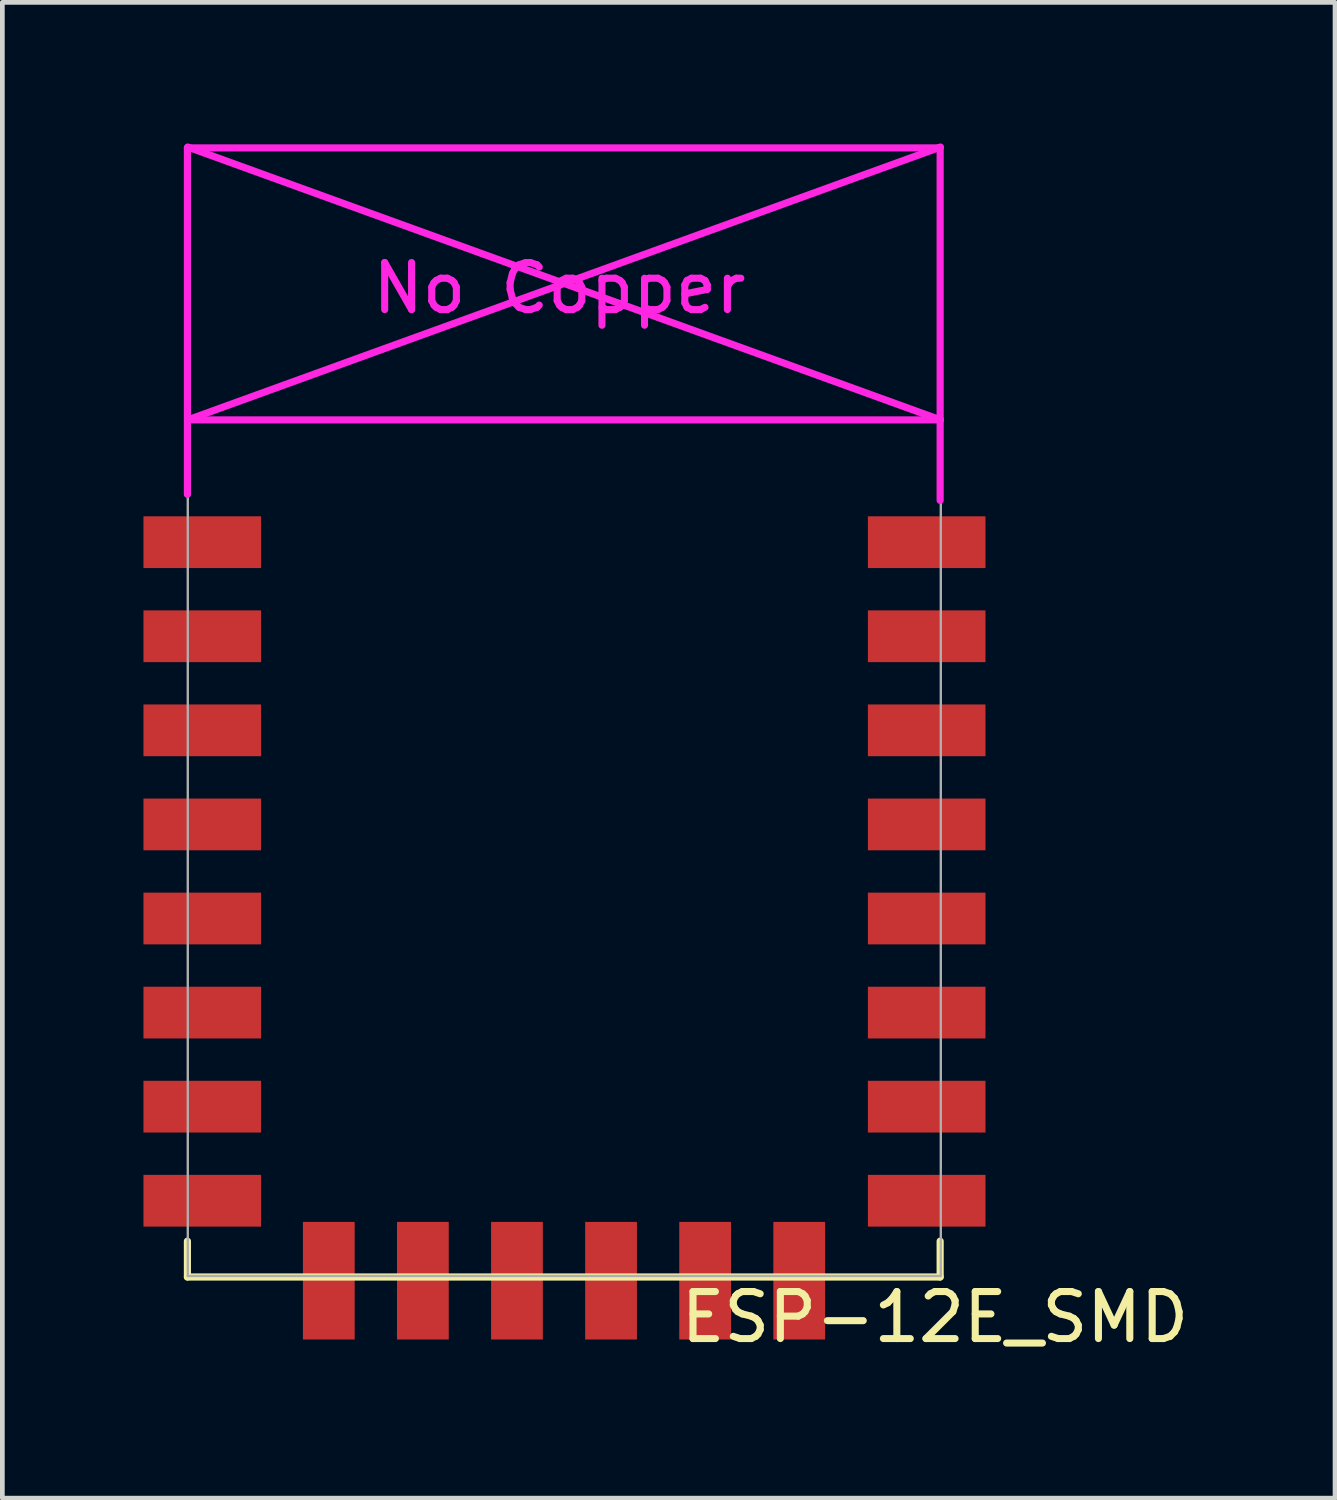
<source format=kicad_pcb>
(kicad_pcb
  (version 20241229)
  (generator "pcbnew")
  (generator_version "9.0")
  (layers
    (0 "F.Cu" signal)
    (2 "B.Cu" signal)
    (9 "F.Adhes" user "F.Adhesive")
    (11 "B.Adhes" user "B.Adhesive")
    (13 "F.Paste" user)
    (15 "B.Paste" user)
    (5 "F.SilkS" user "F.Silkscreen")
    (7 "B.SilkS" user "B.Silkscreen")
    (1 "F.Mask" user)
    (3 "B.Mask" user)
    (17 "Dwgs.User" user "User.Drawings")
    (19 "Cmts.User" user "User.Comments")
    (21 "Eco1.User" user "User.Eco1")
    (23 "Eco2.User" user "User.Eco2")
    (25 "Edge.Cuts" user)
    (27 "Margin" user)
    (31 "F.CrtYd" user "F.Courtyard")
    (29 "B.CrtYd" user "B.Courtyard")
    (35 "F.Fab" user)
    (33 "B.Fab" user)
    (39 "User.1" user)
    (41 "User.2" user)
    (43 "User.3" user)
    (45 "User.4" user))
  (footprint "ESP-12E_SMD"
    (layer "F.Cu")
    (at 1.95 8.476)
    (property "Reference" "ESP-12E_SMD" (at 14.875 16.475 0) (layer "F.SilkS") (effects (font (size 1 1) (thickness 0.15))))
    (attr through_hole)
    (fp_line (start -1.016 14.859) (end -1.016 15.621) (stroke (width 0.152) (type solid)) (layer "F.SilkS"))
    (fp_line (start -1.016 15.621) (end 14.986 15.621) (stroke (width 0.152) (type solid)) (layer "F.SilkS"))
    (fp_line (start 14.986 15.621) (end 14.986 14.859) (stroke (width 0.152) (type solid)) (layer "F.SilkS"))
    (fp_line (start -1.016 -8.382) (end -1.016 -1.016) (stroke (width 0.152) (type solid)) (layer "F.CrtYd"))
    (fp_line (start -1.016 -8.382) (end 14.986 -8.382) (stroke (width 0.152) (type solid)) (layer "F.CrtYd"))
    (fp_line (start -1.008 -8.4) (end 14.992 -2.6) (stroke (width 0.152) (type solid)) (layer "F.CrtYd"))
    (fp_line (start -1.008 -2.6) (end 14.992 -2.6) (stroke (width 0.152) (type solid)) (layer "F.CrtYd"))
    (fp_line (start 14.986 -8.382) (end 14.986 -0.889) (stroke (width 0.152) (type solid)) (layer "F.CrtYd"))
    (fp_line (start 14.992 -8.4) (end -1.008 -2.6) (stroke (width 0.152) (type solid)) (layer "F.CrtYd"))
    (fp_line (start -1.008 -8.4) (end 14.992 -8.4) (stroke (width 0.05) (type solid)) (layer "F.Fab"))
    (fp_line (start -1.008 15.6) (end -1.008 -8.4) (stroke (width 0.05) (type solid)) (layer "F.Fab"))
    (fp_line (start 14.992 15.6) (end -1.008 15.6) (stroke (width 0.05) (type solid)) (layer "F.Fab"))
    (fp_line (start 15 -8.4) (end 15 15.6) (stroke (width 0.05) (type solid)) (layer "F.Fab"))
    (fp_text user "No Copper" (at 6.892 -5.4 0) (layer "F.CrtYd") (effects (font (size 1 1) (thickness 0.15))))
    (pad "1" smd rect (at 0 0) (size 2.5 1.1) (drill (offset -0.7 0)) (layers "F.Cu" "F.Mask" "F.Paste"))
    (pad "2" smd rect (at 0 2) (size 2.5 1.1) (drill (offset -0.7 0)) (layers "F.Cu" "F.Mask" "F.Paste"))
    (pad "3" smd rect (at 0 4) (size 2.5 1.1) (drill (offset -0.7 0)) (layers "F.Cu" "F.Mask" "F.Paste"))
    (pad "4" smd rect (at 0 6) (size 2.5 1.1) (drill (offset -0.7 0)) (layers "F.Cu" "F.Mask" "F.Paste"))
    (pad "5" smd rect (at 0 8) (size 2.5 1.1) (drill (offset -0.7 0)) (layers "F.Cu" "F.Mask" "F.Paste"))
    (pad "6" smd rect (at 0 10) (size 2.5 1.1) (drill (offset -0.7 0)) (layers "F.Cu" "F.Mask" "F.Paste"))
    (pad "7" smd rect (at 0 12) (size 2.5 1.1) (drill (offset -0.7 0)) (layers "F.Cu" "F.Mask" "F.Paste"))
    (pad "8" smd rect (at 0 14) (size 2.5 1.1) (drill (offset -0.7 0)) (layers "F.Cu" "F.Mask" "F.Paste"))
    (pad "9" smd rect (at 14 14) (size 2.5 1.1) (drill (offset 0.7 0)) (layers "F.Cu" "F.Mask" "F.Paste"))
    (pad "10" smd rect (at 14 12) (size 2.5 1.1) (drill (offset 0.7 0)) (layers "F.Cu" "F.Mask" "F.Paste"))
    (pad "11" smd rect (at 14 10) (size 2.5 1.1) (drill (offset 0.7 0)) (layers "F.Cu" "F.Mask" "F.Paste"))
    (pad "12" smd rect (at 14 8) (size 2.5 1.1) (drill (offset 0.7 0)) (layers "F.Cu" "F.Mask" "F.Paste"))
    (pad "13" smd rect (at 14 6) (size 2.5 1.1) (drill (offset 0.7 0)) (layers "F.Cu" "F.Mask" "F.Paste"))
    (pad "14" smd rect (at 14 4) (size 2.5 1.1) (drill (offset 0.7 0)) (layers "F.Cu" "F.Mask" "F.Paste"))
    (pad "15" smd rect (at 14 2) (size 2.5 1.1) (drill (offset 0.7 0)) (layers "F.Cu" "F.Mask" "F.Paste"))
    (pad "16" smd rect (at 14 0) (size 2.5 1.1) (drill (offset 0.7 0)) (layers "F.Cu" "F.Mask" "F.Paste"))
    (pad "17" smd rect (at 1.99 15 90) (size 2.5 1.1) (drill (offset -0.7 0)) (layers "F.Cu" "F.Mask" "F.Paste"))
    (pad "18" smd rect (at 3.99 15 90) (size 2.5 1.1) (drill (offset -0.7 0)) (layers "F.Cu" "F.Mask" "F.Paste"))
    (pad "19" smd rect (at 5.99 15 90) (size 2.5 1.1) (drill (offset -0.7 0)) (layers "F.Cu" "F.Mask" "F.Paste"))
    (pad "20" smd rect (at 7.99 15 90) (size 2.5 1.1) (drill (offset -0.7 0)) (layers "F.Cu" "F.Mask" "F.Paste"))
    (pad "21" smd rect (at 9.99 15 90) (size 2.5 1.1) (drill (offset -0.7 0)) (layers "F.Cu" "F.Mask" "F.Paste"))
    (pad "22" smd rect (at 11.99 15 90) (size 2.5 1.1) (drill (offset -0.7 0)) (layers "F.Cu" "F.Mask" "F.Paste")))
  (gr_rect
    (start -3 -3)
    (end 25.331 28.799)
    (stroke (width 0.1) (type default))
    (fill no)
    (layer "Edge.Cuts")))
</source>
